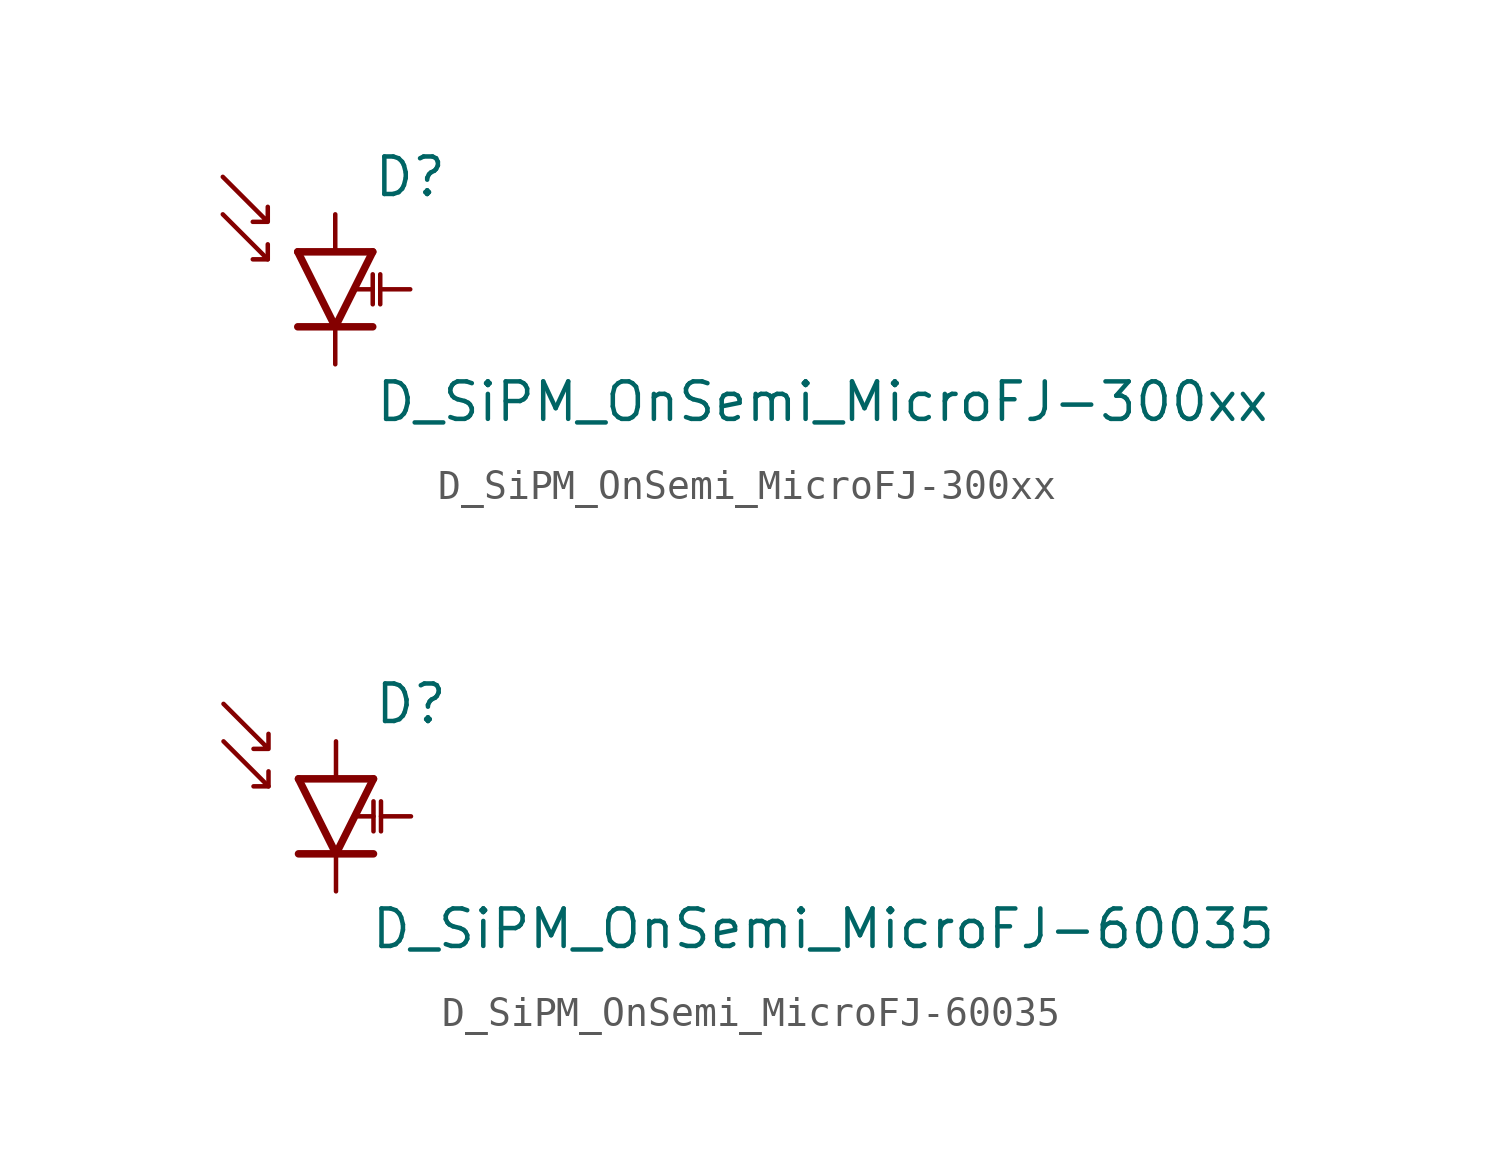
<source format=kicad_sym>
(kicad_symbol_lib
  (version 20241209)
  (generator "kicad_symbol_editor")
  (generator_version "9.0")
  (symbol "D_SiPM_OnSemi_MicroFJ-300xx"
    (pin_numbers
      (hide yes))
    (pin_names
      (hide yes))
    (property "Reference" "D"
      (at 2.54 3.81 0)
      (effects (font (size 1.27 1.27))))
    (property "Value" "D_SiPM_OnSemi_MicroFJ-300xx"
      (at 16.51 -3.81 0)
      (effects (font (size 1.27 1.27))))
    (symbol "D_SiPM_OnSemi_MicroFJ-300xx_0_1"
      (polyline (pts (xy -3.81 3.81) (xy -2.286 2.286) (xy -2.794 2.286) (xy -2.286 2.286) (xy -2.286 2.794)) (stroke (width 0) (type default)) (fill (type none)))
      (polyline (pts (xy -3.81 2.54) (xy -2.286 1.016) (xy -2.794 1.016)) (stroke (width 0) (type default)) (fill (type none)))
      (polyline (pts (xy -2.286 1.016) (xy -2.286 1.524)) (stroke (width 0) (type default)) (fill (type none)))
      (polyline (pts (xy -1.27 1.27) (xy 1.27 1.27)) (stroke (width 0.254) (type default)) (fill (type none)))
      (polyline (pts (xy -1.27 1.27) (xy 0 -1.27) (xy 1.27 1.27)) (stroke (width 0.254) (type default)) (fill (type none)))
      (polyline (pts (xy -1.27 -1.27) (xy 1.27 -1.27)) (stroke (width 0.254) (type default)) (fill (type none)))
      (polyline (pts (xy 1.27 0) (xy 0.762 0)) (stroke (width 0) (type default)) (fill (type none)))
      (polyline (pts (xy 1.27 -0.508) (xy 1.27 0.508)) (stroke (width 0) (type default)) (fill (type none)))
      (polyline (pts (xy 1.524 -0.508) (xy 1.524 0.508)) (stroke (width 0) (type default)) (fill (type none))))
    (symbol "D_SiPM_OnSemi_MicroFJ-300xx_1_1"
      (pin passive line (at 0 2.54 270) (length 1.27) (name "A" (effects (font (size 1.27 1.27)))) (number "B1" (effects (font (size 1.27 1.27)))))
      (pin passive line (at 0 -2.54 90) (length 1.27) (name "C" (effects (font (size 1.27 1.27)))) (number "A1" (effects (font (size 1.27 1.27)))))
      (pin passive line (at 0 -2.54 90) (length 1.27) (hide yes) (name "C" (effects (font (size 1.27 1.27)))) (number "C3" (effects (font (size 1.27 1.27)))))
      (pin passive line (at 2.54 0 180) (length 1.016) (name "F" (effects (font (size 1.27 1.27)))) (number "B3" (effects (font (size 1.27 1.27)))))))
  (symbol "D_SiPM_OnSemi_MicroFJ-60035"
    (pin_numbers
      (hide yes))
    (pin_names
      (hide yes))
    (property "Reference" "D"
      (at 2.54 3.81 0)
      (effects (font (size 1.27 1.27))))
    (property "Value" "D_SiPM_OnSemi_MicroFJ-60035"
      (at 16.51 -3.81 0)
      (effects (font (size 1.27 1.27))))
    (symbol "D_SiPM_OnSemi_MicroFJ-60035_0_1"
      (polyline (pts (xy -3.81 3.81) (xy -2.286 2.286) (xy -2.794 2.286) (xy -2.286 2.286) (xy -2.286 2.794)) (stroke (width 0) (type default)) (fill (type none)))
      (polyline (pts (xy -3.81 2.54) (xy -2.286 1.016) (xy -2.794 1.016)) (stroke (width 0) (type default)) (fill (type none)))
      (polyline (pts (xy -2.286 1.016) (xy -2.286 1.524)) (stroke (width 0) (type default)) (fill (type none)))
      (polyline (pts (xy -1.27 1.27) (xy 1.27 1.27)) (stroke (width 0.254) (type default)) (fill (type none)))
      (polyline (pts (xy -1.27 1.27) (xy 0 -1.27) (xy 1.27 1.27)) (stroke (width 0.254) (type default)) (fill (type none)))
      (polyline (pts (xy -1.27 -1.27) (xy 1.27 -1.27)) (stroke (width 0.254) (type default)) (fill (type none)))
      (polyline (pts (xy 1.27 0) (xy 0.762 0)) (stroke (width 0) (type default)) (fill (type none)))
      (polyline (pts (xy 1.27 -0.508) (xy 1.27 0.508)) (stroke (width 0) (type default)) (fill (type none)))
      (polyline (pts (xy 1.524 -0.508) (xy 1.524 0.508)) (stroke (width 0) (type default)) (fill (type none))))
    (symbol "D_SiPM_OnSemi_MicroFJ-60035_1_1"
      (pin passive line (at 0 2.54 270) (length 1.27) (name "A" (effects (font (size 1.27 1.27)))) (number "C1" (effects (font (size 1.27 1.27)))))
      (pin passive line (at 0 2.54 270) (length 1.27) (hide yes) (name "A" (effects (font (size 1.27 1.27)))) (number "D1" (effects (font (size 1.27 1.27)))))
      (pin passive line (at 0 -2.54 90) (length 1.27) (name "C" (effects (font (size 1.27 1.27)))) (number "A1" (effects (font (size 1.27 1.27)))))
      (pin passive line (at 0 -2.54 90) (length 1.27) (hide yes) (name "C" (effects (font (size 1.27 1.27)))) (number "F6" (effects (font (size 1.27 1.27)))))
      (pin passive line (at 2.54 0 180) (length 1.016) (name "F" (effects (font (size 1.27 1.27)))) (number "C6" (effects (font (size 1.27 1.27)))))
      (pin passive line (at 2.54 0 180) (length 1.016) (hide yes) (name "F" (effects (font (size 1.27 1.27)))) (number "D6" (effects (font (size 1.27 1.27))))))))
</source>
